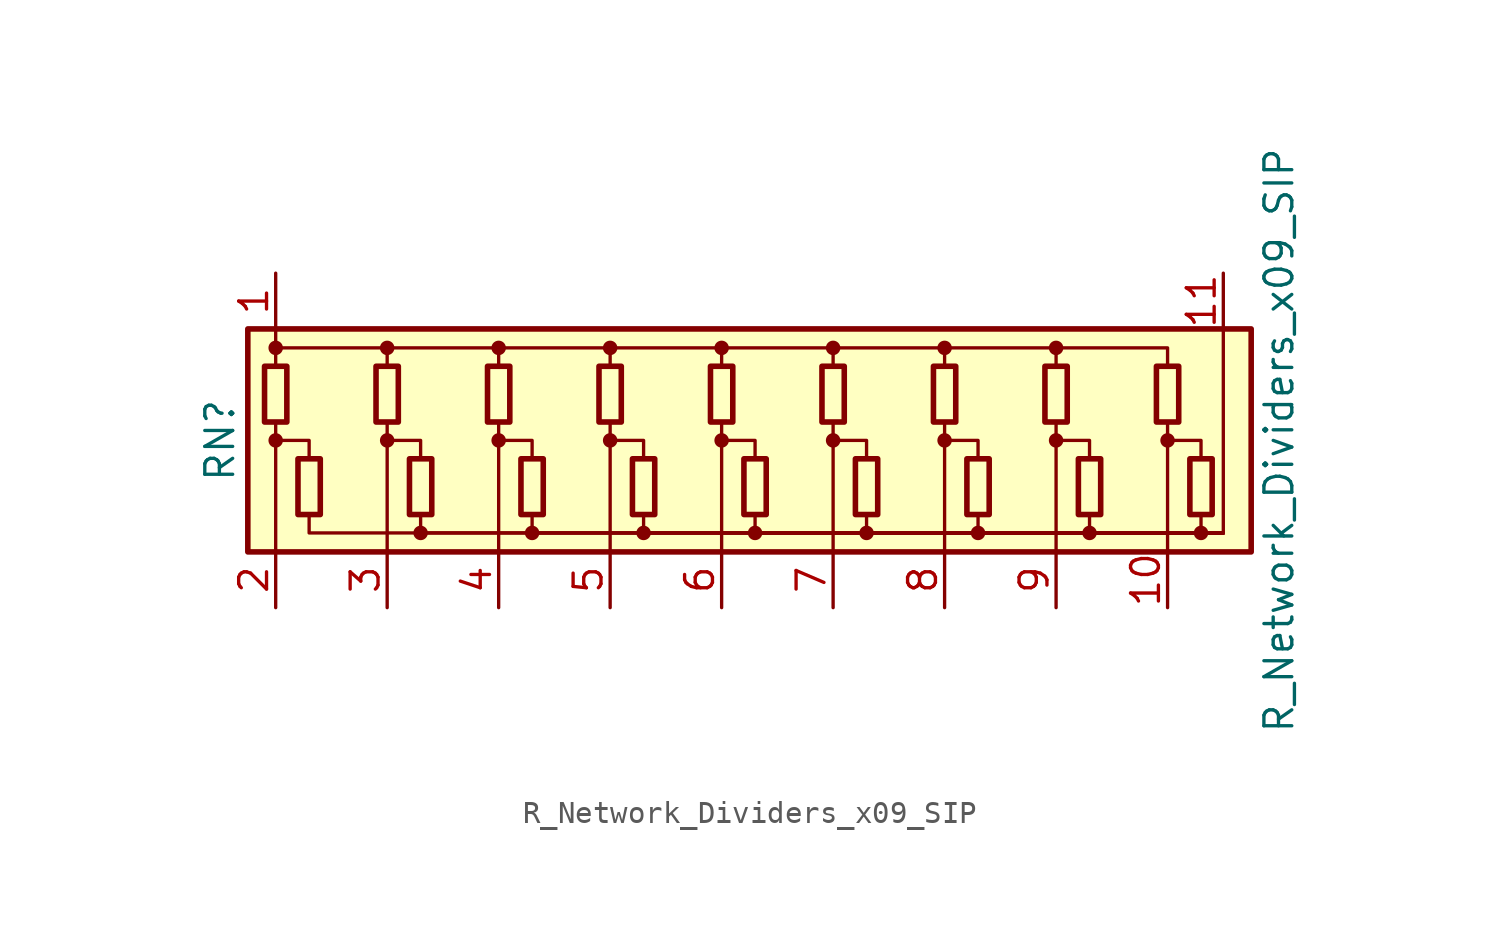
<source format=kicad_sym>
(kicad_symbol_lib
  (version 20241209)
  (generator "kicad_symbol_editor")
  (generator_version "9.0")
  (symbol "R_Network_Dividers_x09_SIP"
    (pin_names
      (offset 0)
      (hide yes))
    (property "Reference" "RN"
      (at -22.86 0 90)
      (effects (font (size 1.27 1.27))))
    (property "Value" "R_Network_Dividers_x09_SIP"
      (at 25.4 0 90)
      (effects (font (size 1.27 1.27))))
    (symbol "R_Network_Dividers_x09_SIP_0_1"
      (rectangle (start -21.59 -5.08) (end 24.13 5.08) (stroke (width 0.254) (type solid)) (fill (type background)))
      (rectangle (start -20.828 3.378) (end -19.812 0.838) (stroke (width 0.254) (type solid)) (fill (type none)))
      (polyline (pts (xy -20.32 5.08) (xy -20.32 3.378)) (stroke (width 0) (type solid)) (fill (type none)))
      (circle (center -20.32 4.216) (radius 0.254) (stroke (width 0) (type solid)) (fill (type outline)))
      (polyline (pts (xy -20.32 4.216) (xy -15.24 4.216) (xy -15.24 3.378)) (stroke (width 0) (type solid)) (fill (type none)))
      (circle (center -20.32 0) (radius 0.254) (stroke (width 0) (type solid)) (fill (type outline)))
      (polyline (pts (xy -20.32 0) (xy -18.796 0) (xy -18.796 -0.838)) (stroke (width 0) (type solid)) (fill (type none)))
      (polyline (pts (xy -20.32 -5.08) (xy -20.32 0.838)) (stroke (width 0) (type solid)) (fill (type none)))
      (rectangle (start -19.304 -3.378) (end -18.288 -0.838) (stroke (width 0.254) (type solid)) (fill (type none)))
      (polyline (pts (xy -18.796 -3.378) (xy -18.796 -4.216) (xy 22.86 -4.216)) (stroke (width 0) (type solid)) (fill (type none)))
      (rectangle (start -15.748 3.378) (end -14.732 0.838) (stroke (width 0.254) (type solid)) (fill (type none)))
      (circle (center -15.24 4.216) (radius 0.254) (stroke (width 0) (type solid)) (fill (type outline)))
      (polyline (pts (xy -15.24 4.216) (xy -10.16 4.216) (xy -10.16 3.378)) (stroke (width 0) (type solid)) (fill (type none)))
      (circle (center -15.24 0) (radius 0.254) (stroke (width 0) (type solid)) (fill (type outline)))
      (polyline (pts (xy -15.24 0) (xy -13.716 0) (xy -13.716 -0.838)) (stroke (width 0) (type solid)) (fill (type none)))
      (polyline (pts (xy -15.24 -5.08) (xy -15.24 0.838)) (stroke (width 0) (type solid)) (fill (type none)))
      (rectangle (start -14.224 -3.378) (end -13.208 -0.838) (stroke (width 0.254) (type solid)) (fill (type none)))
      (polyline (pts (xy -13.716 -3.378) (xy -13.716 -4.216) (xy 22.86 -4.216)) (stroke (width 0) (type solid)) (fill (type none)))
      (circle (center -13.716 -4.216) (radius 0.254) (stroke (width 0) (type solid)) (fill (type outline)))
      (rectangle (start -10.668 3.378) (end -9.652 0.838) (stroke (width 0.254) (type solid)) (fill (type none)))
      (circle (center -10.16 4.216) (radius 0.254) (stroke (width 0) (type solid)) (fill (type outline)))
      (polyline (pts (xy -10.16 4.216) (xy -5.08 4.216) (xy -5.08 3.378)) (stroke (width 0) (type solid)) (fill (type none)))
      (circle (center -10.16 0) (radius 0.254) (stroke (width 0) (type solid)) (fill (type outline)))
      (polyline (pts (xy -10.16 0) (xy -8.636 0) (xy -8.636 -0.838)) (stroke (width 0) (type solid)) (fill (type none)))
      (polyline (pts (xy -10.16 -5.08) (xy -10.16 0.838)) (stroke (width 0) (type solid)) (fill (type none)))
      (rectangle (start -9.144 -3.378) (end -8.128 -0.838) (stroke (width 0.254) (type solid)) (fill (type none)))
      (polyline (pts (xy -8.636 -3.378) (xy -8.636 -4.216) (xy 22.86 -4.216)) (stroke (width 0) (type solid)) (fill (type none)))
      (circle (center -8.636 -4.216) (radius 0.254) (stroke (width 0) (type solid)) (fill (type outline)))
      (rectangle (start -5.588 3.378) (end -4.572 0.838) (stroke (width 0.254) (type solid)) (fill (type none)))
      (circle (center -5.08 4.216) (radius 0.254) (stroke (width 0) (type solid)) (fill (type outline)))
      (polyline (pts (xy -5.08 4.216) (xy 0 4.216) (xy 0 3.378)) (stroke (width 0) (type solid)) (fill (type none)))
      (circle (center -5.08 0) (radius 0.254) (stroke (width 0) (type solid)) (fill (type outline)))
      (polyline (pts (xy -5.08 0) (xy -3.556 0) (xy -3.556 -0.838)) (stroke (width 0) (type solid)) (fill (type none)))
      (polyline (pts (xy -5.08 -5.08) (xy -5.08 0.838)) (stroke (width 0) (type solid)) (fill (type none)))
      (rectangle (start -4.064 -3.378) (end -3.048 -0.838) (stroke (width 0.254) (type solid)) (fill (type none)))
      (polyline (pts (xy -3.556 -3.378) (xy -3.556 -4.216) (xy 22.86 -4.216)) (stroke (width 0) (type solid)) (fill (type none)))
      (circle (center -3.556 -4.216) (radius 0.254) (stroke (width 0) (type solid)) (fill (type outline)))
      (rectangle (start -0.508 3.378) (end 0.508 0.838) (stroke (width 0.254) (type solid)) (fill (type none)))
      (circle (center 0 4.216) (radius 0.254) (stroke (width 0) (type solid)) (fill (type outline)))
      (polyline (pts (xy 0 4.216) (xy 5.08 4.216) (xy 5.08 3.378)) (stroke (width 0) (type solid)) (fill (type none)))
      (polyline (pts (xy 0 0) (xy 1.524 0) (xy 1.524 -0.838)) (stroke (width 0) (type solid)) (fill (type none)))
      (circle (center 0 0) (radius 0.254) (stroke (width 0) (type solid)) (fill (type outline)))
      (polyline (pts (xy 0 -5.08) (xy 0 0.838)) (stroke (width 0) (type solid)) (fill (type none)))
      (rectangle (start 1.016 -3.378) (end 2.032 -0.838) (stroke (width 0.254) (type solid)) (fill (type none)))
      (polyline (pts (xy 1.524 -3.378) (xy 1.524 -4.216) (xy 22.86 -4.216)) (stroke (width 0) (type solid)) (fill (type none)))
      (circle (center 1.524 -4.216) (radius 0.254) (stroke (width 0) (type solid)) (fill (type outline)))
      (rectangle (start 4.572 3.378) (end 5.588 0.838) (stroke (width 0.254) (type solid)) (fill (type none)))
      (polyline (pts (xy 5.08 4.216) (xy 10.16 4.216) (xy 10.16 3.378)) (stroke (width 0) (type solid)) (fill (type none)))
      (circle (center 5.08 4.216) (radius 0.254) (stroke (width 0) (type solid)) (fill (type outline)))
      (polyline (pts (xy 5.08 0) (xy 6.604 0) (xy 6.604 -0.838)) (stroke (width 0) (type solid)) (fill (type none)))
      (circle (center 5.08 0) (radius 0.254) (stroke (width 0) (type solid)) (fill (type outline)))
      (polyline (pts (xy 5.08 -5.08) (xy 5.08 0.838)) (stroke (width 0) (type solid)) (fill (type none)))
      (rectangle (start 6.096 -3.378) (end 7.112 -0.838) (stroke (width 0.254) (type solid)) (fill (type none)))
      (polyline (pts (xy 6.604 -3.378) (xy 6.604 -4.216) (xy 22.86 -4.216)) (stroke (width 0) (type solid)) (fill (type none)))
      (circle (center 6.604 -4.216) (radius 0.254) (stroke (width 0) (type solid)) (fill (type outline)))
      (rectangle (start 9.652 3.378) (end 10.668 0.838) (stroke (width 0.254) (type solid)) (fill (type none)))
      (polyline (pts (xy 10.16 4.216) (xy 15.24 4.216) (xy 15.24 3.378)) (stroke (width 0) (type solid)) (fill (type none)))
      (circle (center 10.16 4.216) (radius 0.254) (stroke (width 0) (type solid)) (fill (type outline)))
      (polyline (pts (xy 10.16 0) (xy 11.684 0) (xy 11.684 -0.838)) (stroke (width 0) (type solid)) (fill (type none)))
      (circle (center 10.16 0) (radius 0.254) (stroke (width 0) (type solid)) (fill (type outline)))
      (polyline (pts (xy 10.16 -5.08) (xy 10.16 0.838)) (stroke (width 0) (type solid)) (fill (type none)))
      (rectangle (start 11.176 -3.378) (end 12.192 -0.838) (stroke (width 0.254) (type solid)) (fill (type none)))
      (polyline (pts (xy 11.684 -3.378) (xy 11.684 -4.216) (xy 22.86 -4.216)) (stroke (width 0) (type solid)) (fill (type none)))
      (circle (center 11.684 -4.216) (radius 0.254) (stroke (width 0) (type solid)) (fill (type outline)))
      (rectangle (start 14.732 3.378) (end 15.748 0.838) (stroke (width 0.254) (type solid)) (fill (type none)))
      (polyline (pts (xy 15.24 4.216) (xy 20.32 4.216) (xy 20.32 3.378)) (stroke (width 0) (type solid)) (fill (type none)))
      (circle (center 15.24 4.216) (radius 0.254) (stroke (width 0) (type solid)) (fill (type outline)))
      (polyline (pts (xy 15.24 0) (xy 16.764 0) (xy 16.764 -0.838)) (stroke (width 0) (type solid)) (fill (type none)))
      (circle (center 15.24 0) (radius 0.254) (stroke (width 0) (type solid)) (fill (type outline)))
      (polyline (pts (xy 15.24 -5.08) (xy 15.24 0.838)) (stroke (width 0) (type solid)) (fill (type none)))
      (rectangle (start 16.256 -3.378) (end 17.272 -0.838) (stroke (width 0.254) (type solid)) (fill (type none)))
      (polyline (pts (xy 16.764 -3.378) (xy 16.764 -4.216) (xy 22.86 -4.216)) (stroke (width 0) (type solid)) (fill (type none)))
      (circle (center 16.764 -4.216) (radius 0.254) (stroke (width 0) (type solid)) (fill (type outline)))
      (rectangle (start 19.812 3.378) (end 20.828 0.838) (stroke (width 0.254) (type solid)) (fill (type none)))
      (polyline (pts (xy 20.32 0) (xy 21.844 0) (xy 21.844 -0.838)) (stroke (width 0) (type solid)) (fill (type none)))
      (circle (center 20.32 0) (radius 0.254) (stroke (width 0) (type solid)) (fill (type outline)))
      (polyline (pts (xy 20.32 -5.08) (xy 20.32 0.838)) (stroke (width 0) (type solid)) (fill (type none)))
      (rectangle (start 21.336 -3.378) (end 22.352 -0.838) (stroke (width 0.254) (type solid)) (fill (type none)))
      (polyline (pts (xy 21.844 -3.378) (xy 21.844 -4.216) (xy 22.86 -4.216)) (stroke (width 0) (type solid)) (fill (type none)))
      (circle (center 21.844 -4.216) (radius 0.254) (stroke (width 0) (type solid)) (fill (type outline)))
      (polyline (pts (xy 22.86 -4.216) (xy 22.86 5.08)) (stroke (width 0) (type solid)) (fill (type none))))
    (symbol "R_Network_Dividers_x09_SIP_1_1"
      (pin passive line (at -20.32 7.62 270) (length 2.54) (name "COM1" (effects (font (size 1.27 1.27)))) (number "1" (effects (font (size 1.27 1.27)))))
      (pin passive line (at -20.32 -7.62 90) (length 2.54) (name "R1" (effects (font (size 1.27 1.27)))) (number "2" (effects (font (size 1.27 1.27)))))
      (pin passive line (at -15.24 -7.62 90) (length 2.54) (name "R2" (effects (font (size 1.27 1.27)))) (number "3" (effects (font (size 1.27 1.27)))))
      (pin passive line (at -10.16 -7.62 90) (length 2.54) (name "R3" (effects (font (size 1.27 1.27)))) (number "4" (effects (font (size 1.27 1.27)))))
      (pin passive line (at -5.08 -7.62 90) (length 2.54) (name "R4" (effects (font (size 1.27 1.27)))) (number "5" (effects (font (size 1.27 1.27)))))
      (pin passive line (at 0 -7.62 90) (length 2.54) (name "R5" (effects (font (size 1.27 1.27)))) (number "6" (effects (font (size 1.27 1.27)))))
      (pin passive line (at 5.08 -7.62 90) (length 2.54) (name "R6" (effects (font (size 1.27 1.27)))) (number "7" (effects (font (size 1.27 1.27)))))
      (pin passive line (at 10.16 -7.62 90) (length 2.54) (name "R7" (effects (font (size 1.27 1.27)))) (number "8" (effects (font (size 1.27 1.27)))))
      (pin passive line (at 15.24 -7.62 90) (length 2.54) (name "R8" (effects (font (size 1.27 1.27)))) (number "9" (effects (font (size 1.27 1.27)))))
      (pin passive line (at 20.32 -7.62 90) (length 2.54) (name "R9" (effects (font (size 1.27 1.27)))) (number "10" (effects (font (size 1.27 1.27)))))
      (pin passive line (at 22.86 7.62 270) (length 2.54) (name "COM2" (effects (font (size 1.27 1.27)))) (number "11" (effects (font (size 1.27 1.27))))))))
</source>
